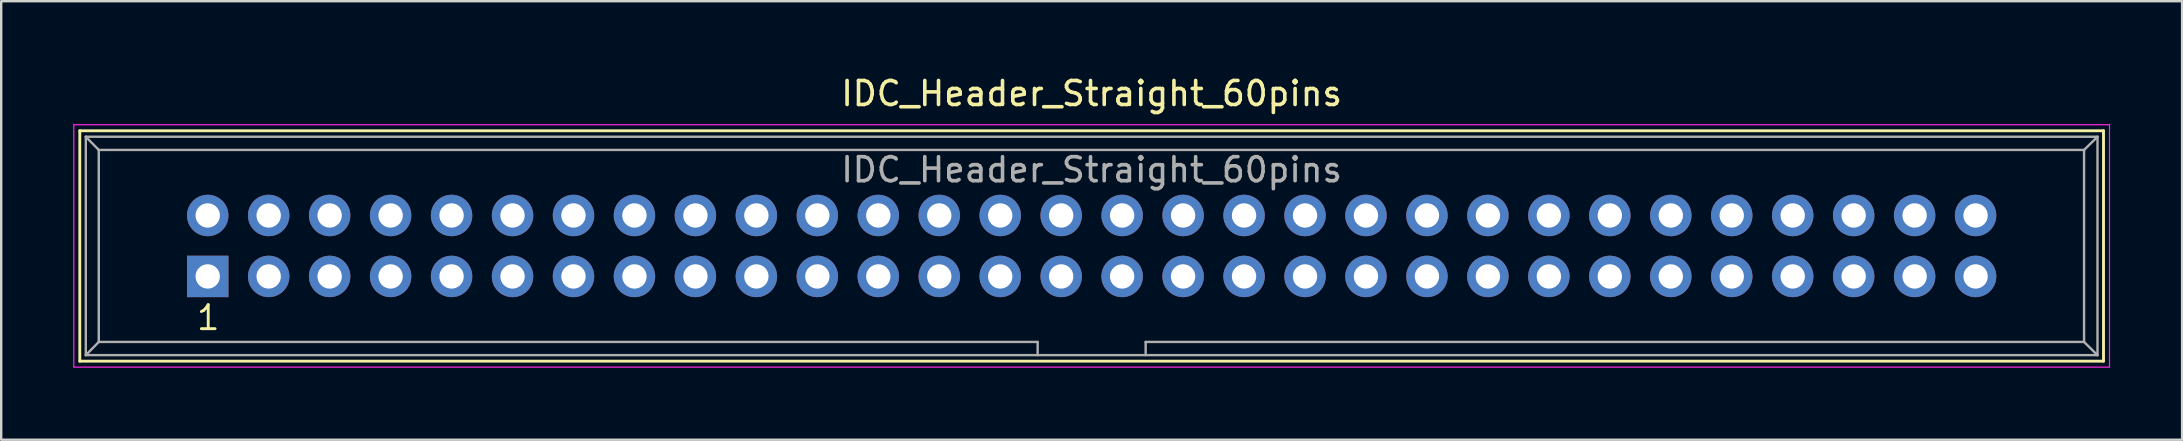
<source format=kicad_pcb>
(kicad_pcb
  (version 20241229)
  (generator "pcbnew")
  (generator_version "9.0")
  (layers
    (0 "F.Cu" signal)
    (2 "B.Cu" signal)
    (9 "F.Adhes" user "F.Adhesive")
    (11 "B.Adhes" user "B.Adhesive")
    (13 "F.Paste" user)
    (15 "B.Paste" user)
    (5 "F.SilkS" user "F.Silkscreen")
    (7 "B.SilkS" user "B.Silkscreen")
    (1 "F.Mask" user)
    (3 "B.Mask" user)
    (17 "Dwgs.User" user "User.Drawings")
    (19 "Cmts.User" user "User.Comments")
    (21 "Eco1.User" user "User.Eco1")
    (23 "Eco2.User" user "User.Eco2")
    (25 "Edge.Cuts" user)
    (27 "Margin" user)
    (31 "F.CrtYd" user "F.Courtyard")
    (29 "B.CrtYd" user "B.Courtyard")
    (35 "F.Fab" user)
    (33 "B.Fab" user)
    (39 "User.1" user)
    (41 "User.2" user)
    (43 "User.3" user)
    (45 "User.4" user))
  (footprint "IDC_Header_Straight_60pins"
    (layer "F.Cu")
    (at 5.605 8.468)
    (property "Reference" "IDC_Header_Straight_60pins" (at 36.83 -7.62 0) (layer "F.SilkS") (effects (font (size 1 1) (thickness 0.15))))
    (attr through_hole)
    (fp_line (start -5.33 -6.07) (end 78.99 -6.07) (stroke (width 0.12) (type solid)) (layer "F.SilkS"))
    (fp_line (start -5.33 3.53) (end -5.33 -6.07) (stroke (width 0.12) (type solid)) (layer "F.SilkS"))
    (fp_line (start 78.99 -6.07) (end 78.99 3.53) (stroke (width 0.12) (type solid)) (layer "F.SilkS"))
    (fp_line (start 78.99 3.53) (end -5.33 3.53) (stroke (width 0.12) (type solid)) (layer "F.SilkS"))
    (fp_line (start -5.58 -6.32) (end 79.24 -6.32) (stroke (width 0.05) (type solid)) (layer "F.CrtYd"))
    (fp_line (start -5.58 3.78) (end -5.58 -6.32) (stroke (width 0.05) (type solid)) (layer "F.CrtYd"))
    (fp_line (start 79.24 -6.32) (end 79.24 3.78) (stroke (width 0.05) (type solid)) (layer "F.CrtYd"))
    (fp_line (start 79.24 3.78) (end -5.58 3.78) (stroke (width 0.05) (type solid)) (layer "F.CrtYd"))
    (fp_line (start -5.08 -5.82) (end -5.08 3.28) (stroke (width 0.1) (type solid)) (layer "F.Fab"))
    (fp_line (start -5.08 -5.82) (end -4.54 -5.27) (stroke (width 0.1) (type solid)) (layer "F.Fab"))
    (fp_line (start -5.08 -5.82) (end 78.74 -5.82) (stroke (width 0.1) (type solid)) (layer "F.Fab"))
    (fp_line (start -5.08 3.28) (end -4.54 2.73) (stroke (width 0.1) (type solid)) (layer "F.Fab"))
    (fp_line (start -5.08 3.28) (end 78.74 3.28) (stroke (width 0.1) (type solid)) (layer "F.Fab"))
    (fp_line (start -4.54 -5.27) (end -4.54 2.73) (stroke (width 0.1) (type solid)) (layer "F.Fab"))
    (fp_line (start -4.54 -5.27) (end 78.18 -5.27) (stroke (width 0.1) (type solid)) (layer "F.Fab"))
    (fp_line (start -4.54 2.73) (end 34.58 2.73) (stroke (width 0.1) (type solid)) (layer "F.Fab"))
    (fp_line (start 34.58 2.73) (end 34.58 3.28) (stroke (width 0.1) (type solid)) (layer "F.Fab"))
    (fp_line (start 39.08 2.73) (end 39.08 3.28) (stroke (width 0.1) (type solid)) (layer "F.Fab"))
    (fp_line (start 39.08 2.73) (end 78.18 2.73) (stroke (width 0.1) (type solid)) (layer "F.Fab"))
    (fp_line (start 78.18 -5.27) (end 78.18 2.73) (stroke (width 0.1) (type solid)) (layer "F.Fab"))
    (fp_line (start 78.74 -5.82) (end 78.18 -5.27) (stroke (width 0.1) (type solid)) (layer "F.Fab"))
    (fp_line (start 78.74 -5.82) (end 78.74 3.28) (stroke (width 0.1) (type solid)) (layer "F.Fab"))
    (fp_line (start 78.74 3.28) (end 78.18 2.73) (stroke (width 0.1) (type solid)) (layer "F.Fab"))
    (fp_text user "1" (at 0.02 1.72 0) (layer "F.SilkS") (effects (font (size 1 1) (thickness 0.12))))
    (fp_text user "${REFERENCE}" (at 36.83 -4.445 0) (layer "F.Fab") (effects (font (size 1 1) (thickness 0.15))))
    (pad "1" thru_hole rect (at 0 0) (size 1.727 1.727) (drill 1.016) (layers "*.Cu" "*.Mask"))
    (pad "2" thru_hole oval (at 0 -2.54) (size 1.727 1.727) (drill 1.016) (layers "*.Cu" "*.Mask"))
    (pad "3" thru_hole oval (at 2.54 0) (size 1.727 1.727) (drill 1.016) (layers "*.Cu" "*.Mask"))
    (pad "4" thru_hole oval (at 2.54 -2.54) (size 1.727 1.727) (drill 1.016) (layers "*.Cu" "*.Mask"))
    (pad "5" thru_hole oval (at 5.08 0) (size 1.727 1.727) (drill 1.016) (layers "*.Cu" "*.Mask"))
    (pad "6" thru_hole oval (at 5.08 -2.54) (size 1.727 1.727) (drill 1.016) (layers "*.Cu" "*.Mask"))
    (pad "7" thru_hole oval (at 7.62 0) (size 1.727 1.727) (drill 1.016) (layers "*.Cu" "*.Mask"))
    (pad "8" thru_hole oval (at 7.62 -2.54) (size 1.727 1.727) (drill 1.016) (layers "*.Cu" "*.Mask"))
    (pad "9" thru_hole oval (at 10.16 0) (size 1.727 1.727) (drill 1.016) (layers "*.Cu" "*.Mask"))
    (pad "10" thru_hole oval (at 10.16 -2.54) (size 1.727 1.727) (drill 1.016) (layers "*.Cu" "*.Mask"))
    (pad "11" thru_hole oval (at 12.7 0) (size 1.727 1.727) (drill 1.016) (layers "*.Cu" "*.Mask"))
    (pad "12" thru_hole oval (at 12.7 -2.54) (size 1.727 1.727) (drill 1.016) (layers "*.Cu" "*.Mask"))
    (pad "13" thru_hole oval (at 15.24 0) (size 1.727 1.727) (drill 1.016) (layers "*.Cu" "*.Mask"))
    (pad "14" thru_hole oval (at 15.24 -2.54) (size 1.727 1.727) (drill 1.016) (layers "*.Cu" "*.Mask"))
    (pad "15" thru_hole oval (at 17.78 0) (size 1.727 1.727) (drill 1.016) (layers "*.Cu" "*.Mask"))
    (pad "16" thru_hole oval (at 17.78 -2.54) (size 1.727 1.727) (drill 1.016) (layers "*.Cu" "*.Mask"))
    (pad "17" thru_hole oval (at 20.32 0) (size 1.727 1.727) (drill 1.016) (layers "*.Cu" "*.Mask"))
    (pad "18" thru_hole oval (at 20.32 -2.54) (size 1.727 1.727) (drill 1.016) (layers "*.Cu" "*.Mask"))
    (pad "19" thru_hole oval (at 22.86 0) (size 1.727 1.727) (drill 1.016) (layers "*.Cu" "*.Mask"))
    (pad "20" thru_hole oval (at 22.86 -2.54) (size 1.727 1.727) (drill 1.016) (layers "*.Cu" "*.Mask"))
    (pad "21" thru_hole oval (at 25.4 0) (size 1.727 1.727) (drill 1.016) (layers "*.Cu" "*.Mask"))
    (pad "22" thru_hole oval (at 25.4 -2.54) (size 1.727 1.727) (drill 1.016) (layers "*.Cu" "*.Mask"))
    (pad "23" thru_hole oval (at 27.94 0) (size 1.727 1.727) (drill 1.016) (layers "*.Cu" "*.Mask"))
    (pad "24" thru_hole oval (at 27.94 -2.54) (size 1.727 1.727) (drill 1.016) (layers "*.Cu" "*.Mask"))
    (pad "25" thru_hole oval (at 30.48 0) (size 1.727 1.727) (drill 1.016) (layers "*.Cu" "*.Mask"))
    (pad "26" thru_hole oval (at 30.48 -2.54) (size 1.727 1.727) (drill 1.016) (layers "*.Cu" "*.Mask"))
    (pad "27" thru_hole oval (at 33.02 0) (size 1.727 1.727) (drill 1.016) (layers "*.Cu" "*.Mask"))
    (pad "28" thru_hole oval (at 33.02 -2.54) (size 1.727 1.727) (drill 1.016) (layers "*.Cu" "*.Mask"))
    (pad "29" thru_hole oval (at 35.56 0) (size 1.727 1.727) (drill 1.016) (layers "*.Cu" "*.Mask"))
    (pad "30" thru_hole oval (at 35.56 -2.54) (size 1.727 1.727) (drill 1.016) (layers "*.Cu" "*.Mask"))
    (pad "31" thru_hole oval (at 38.1 0) (size 1.727 1.727) (drill 1.016) (layers "*.Cu" "*.Mask"))
    (pad "32" thru_hole oval (at 38.1 -2.54) (size 1.727 1.727) (drill 1.016) (layers "*.Cu" "*.Mask"))
    (pad "33" thru_hole oval (at 40.64 0) (size 1.727 1.727) (drill 1.016) (layers "*.Cu" "*.Mask"))
    (pad "34" thru_hole oval (at 40.64 -2.54) (size 1.727 1.727) (drill 1.016) (layers "*.Cu" "*.Mask"))
    (pad "35" thru_hole oval (at 43.18 0) (size 1.727 1.727) (drill 1.016) (layers "*.Cu" "*.Mask"))
    (pad "36" thru_hole oval (at 43.18 -2.54) (size 1.727 1.727) (drill 1.016) (layers "*.Cu" "*.Mask"))
    (pad "37" thru_hole oval (at 45.72 0) (size 1.727 1.727) (drill 1.016) (layers "*.Cu" "*.Mask"))
    (pad "38" thru_hole oval (at 45.72 -2.54) (size 1.727 1.727) (drill 1.016) (layers "*.Cu" "*.Mask"))
    (pad "39" thru_hole oval (at 48.26 0) (size 1.727 1.727) (drill 1.016) (layers "*.Cu" "*.Mask"))
    (pad "40" thru_hole oval (at 48.26 -2.54) (size 1.727 1.727) (drill 1.016) (layers "*.Cu" "*.Mask"))
    (pad "41" thru_hole oval (at 50.8 0) (size 1.727 1.727) (drill 1.016) (layers "*.Cu" "*.Mask"))
    (pad "42" thru_hole oval (at 50.8 -2.54) (size 1.727 1.727) (drill 1.016) (layers "*.Cu" "*.Mask"))
    (pad "43" thru_hole oval (at 53.34 0) (size 1.727 1.727) (drill 1.016) (layers "*.Cu" "*.Mask"))
    (pad "44" thru_hole oval (at 53.34 -2.54) (size 1.727 1.727) (drill 1.016) (layers "*.Cu" "*.Mask"))
    (pad "45" thru_hole oval (at 55.88 0) (size 1.727 1.727) (drill 1.016) (layers "*.Cu" "*.Mask"))
    (pad "46" thru_hole oval (at 55.88 -2.54) (size 1.727 1.727) (drill 1.016) (layers "*.Cu" "*.Mask"))
    (pad "47" thru_hole oval (at 58.42 0) (size 1.727 1.727) (drill 1.016) (layers "*.Cu" "*.Mask"))
    (pad "48" thru_hole oval (at 58.42 -2.54) (size 1.727 1.727) (drill 1.016) (layers "*.Cu" "*.Mask"))
    (pad "49" thru_hole oval (at 60.96 0) (size 1.727 1.727) (drill 1.016) (layers "*.Cu" "*.Mask"))
    (pad "50" thru_hole oval (at 60.96 -2.54) (size 1.727 1.727) (drill 1.016) (layers "*.Cu" "*.Mask"))
    (pad "51" thru_hole oval (at 63.5 0) (size 1.727 1.727) (drill 1.016) (layers "*.Cu" "*.Mask"))
    (pad "52" thru_hole oval (at 63.5 -2.54) (size 1.727 1.727) (drill 1.016) (layers "*.Cu" "*.Mask"))
    (pad "53" thru_hole oval (at 66.04 0) (size 1.727 1.727) (drill 1.016) (layers "*.Cu" "*.Mask"))
    (pad "54" thru_hole oval (at 66.04 -2.54) (size 1.727 1.727) (drill 1.016) (layers "*.Cu" "*.Mask"))
    (pad "55" thru_hole oval (at 68.58 0) (size 1.727 1.727) (drill 1.016) (layers "*.Cu" "*.Mask"))
    (pad "56" thru_hole oval (at 68.58 -2.54) (size 1.727 1.727) (drill 1.016) (layers "*.Cu" "*.Mask"))
    (pad "57" thru_hole oval (at 71.12 0) (size 1.727 1.727) (drill 1.016) (layers "*.Cu" "*.Mask"))
    (pad "58" thru_hole oval (at 71.12 -2.54) (size 1.727 1.727) (drill 1.016) (layers "*.Cu" "*.Mask"))
    (pad "59" thru_hole oval (at 73.66 0) (size 1.727 1.727) (drill 1.016) (layers "*.Cu" "*.Mask"))
    (pad "60" thru_hole oval (at 73.66 -2.54) (size 1.727 1.727) (drill 1.016) (layers "*.Cu" "*.Mask")))
  (gr_rect
    (start -3 -3)
    (end 87.87 15.273)
    (stroke (width 0.1) (type default))
    (fill no)
    (layer "Edge.Cuts")))
</source>
